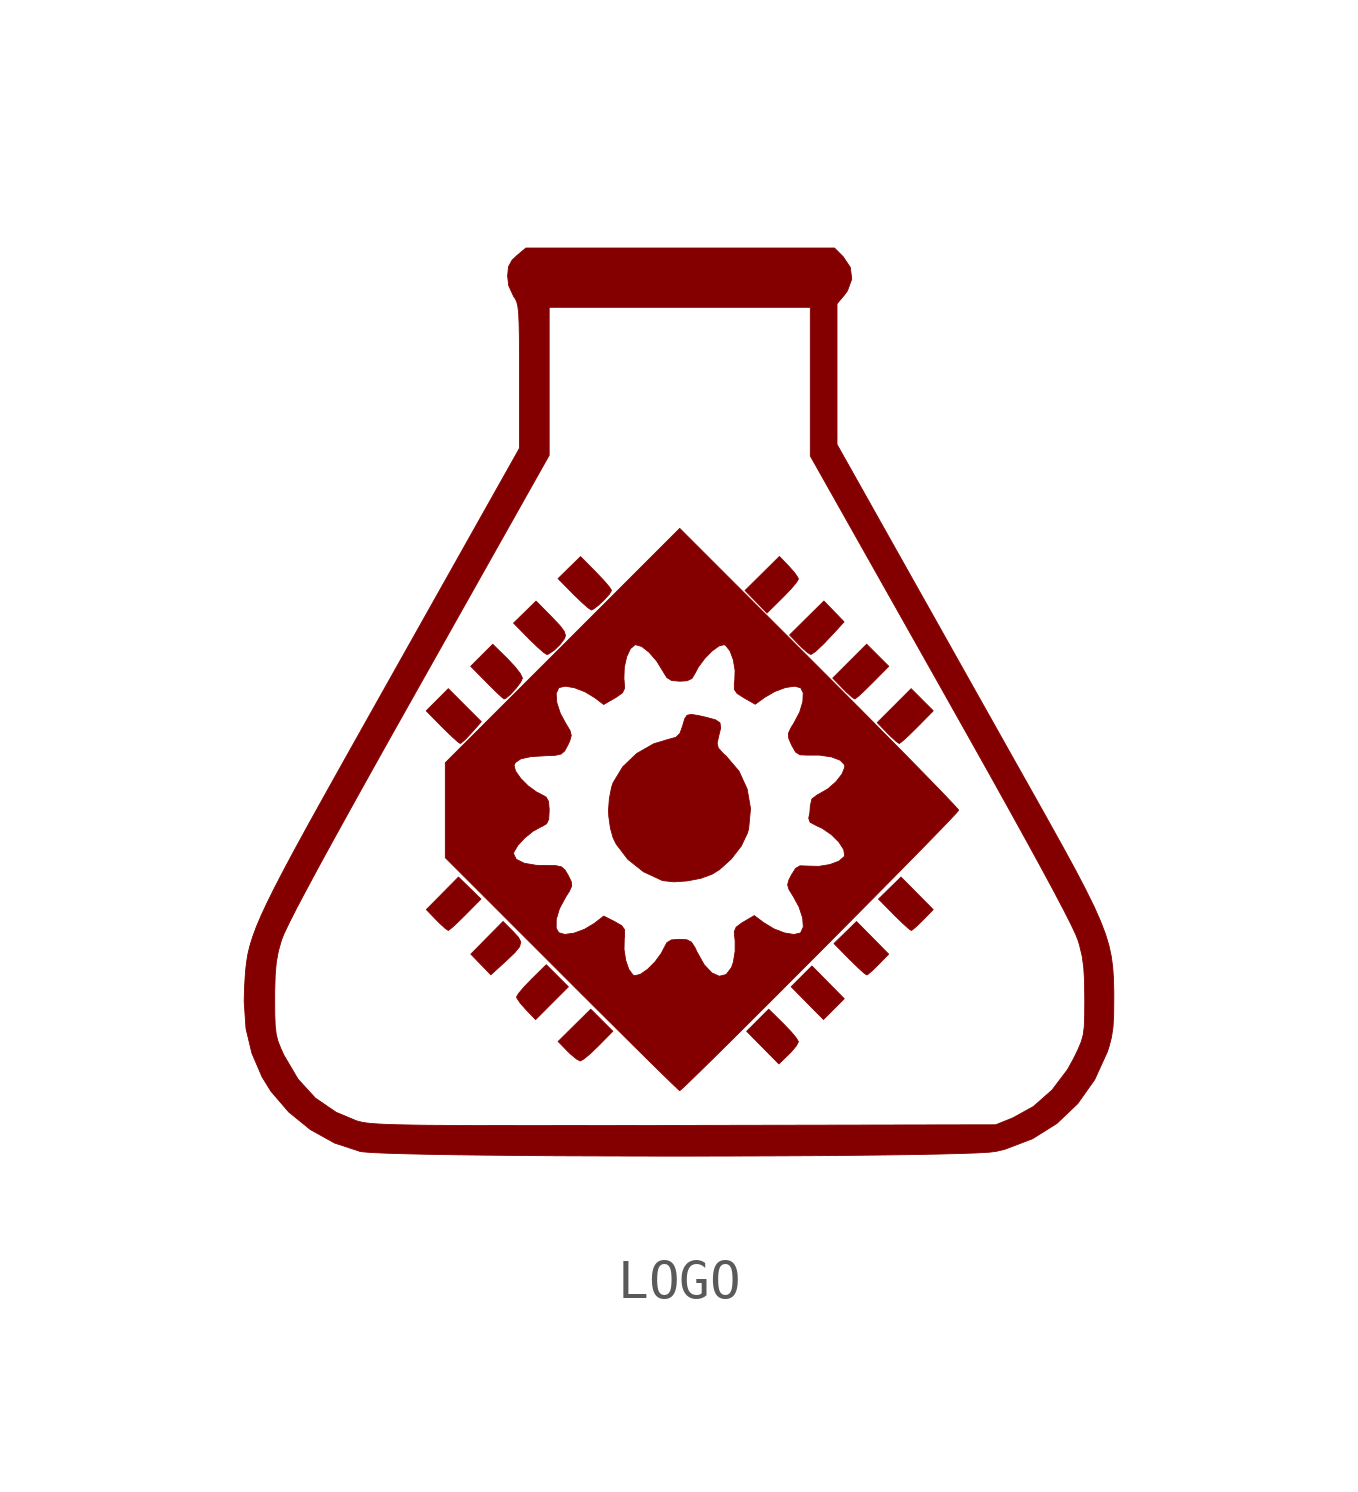
<source format=kicad_sym>
(kicad_symbol_lib
  (version 20220914)
  (generator bitmap2component)
  (symbol "LOGO"
    (pin_names
      (offset 1.016))
    (property "Reference" "#G"
      (at 0 14.395 0)
      (effects (font (size 1.27 1.27)) hide))
    (symbol "LOGO_0_0"
      (polyline (pts (xy 0.706 -10.224) (xy 1.674 -10.222) (xy 2.619 -10.218) (xy 3.528 -10.213) (xy 4.389 -10.205) (xy 5.19 -10.196) (xy 5.917 -10.186) (xy 6.558 -10.173) (xy 7.1 -10.159) (xy 7.53 -10.144) (xy 7.835 -10.126) (xy 8.003 -10.107) (xy 8.235 -10.051) (xy 8.933 -9.786) (xy 9.552 -9.398) (xy 10.08 -8.895) (xy 10.51 -8.287) (xy 10.831 -7.582) (xy 10.874 -7.45) (xy 10.936 -7.21) (xy 10.974 -6.95) (xy 10.991 -6.628) (xy 10.995 -6.2) (xy 10.994 -6.051) (xy 10.986 -5.735) (xy 10.967 -5.447) (xy 10.931 -5.171) (xy 10.871 -4.894) (xy 10.783 -4.601) (xy 10.66 -4.279) (xy 10.497 -3.911) (xy 10.287 -3.485) (xy 10.027 -2.986) (xy 9.708 -2.4) (xy 9.326 -1.712) (xy 8.875 -0.907) (xy 8.85 -0.863) (xy 8.416 -0.092) (xy 7.939 0.758) (xy 7.436 1.653) (xy 6.929 2.556) (xy 6.436 3.434) (xy 5.977 4.25) (xy 5.572 4.971) (xy 3.983 7.801) (xy 3.983 9.582) (xy 3.983 11.363) (xy 4.171 11.586) (xy 4.249 11.694) (xy 4.357 11.989) (xy 4.32 12.284) (xy 4.139 12.555) (xy 3.919 12.775) (xy 0.012 12.775) (xy -3.896 12.775) (xy -4.127 12.581) (xy -4.248 12.465) (xy -4.337 12.3) (xy -4.359 12.065) (xy -4.332 11.823) (xy -4.208 11.552) (xy -4.162 11.486) (xy -4.126 11.405) (xy -4.099 11.289) (xy -4.08 11.121) (xy -4.069 10.881) (xy -4.062 10.549) (xy -4.059 10.106) (xy -4.059 9.532) (xy -4.059 7.703) (xy -7.333 1.879) (xy -7.474 1.628) (xy -8.053 0.597) (xy -8.565 -0.316) (xy -9.012 -1.117) (xy -9.401 -1.818) (xy -9.734 -2.427) (xy -10.016 -2.954) (xy -10.252 -3.408) (xy -10.446 -3.798) (xy -10.602 -4.133) (xy -10.725 -4.423) (xy -10.819 -4.678) (xy -10.889 -4.906) (xy -10.939 -5.117) (xy -10.972 -5.32) (xy -10.995 -5.524) (xy -11.01 -5.739) (xy -11.023 -5.974) (xy -11.03 -6.237) (xy -10.258 -6.237) (xy -10.257 -6.03) (xy -10.245 -5.629) (xy -10.217 -5.314) (xy -10.167 -5.04) (xy -10.089 -4.761) (xy -10.085 -4.75) (xy -10.018 -4.584) (xy -9.893 -4.322) (xy -9.711 -3.962) (xy -9.467 -3.5) (xy -9.161 -2.93) (xy -8.79 -2.251) (xy -8.351 -1.457) (xy -7.844 -0.544) (xy -7.265 0.49) (xy -6.613 1.65) (xy -3.307 7.524) (xy -3.307 9.398) (xy -3.307 11.272) (xy 0 11.272) (xy 3.307 11.272) (xy 3.307 9.39) (xy 3.307 7.508) (xy 6.614 1.64) (xy 6.648 1.579) (xy 7.298 0.423) (xy 7.875 -0.606) (xy 8.38 -1.514) (xy 8.816 -2.303) (xy 9.184 -2.977) (xy 9.488 -3.541) (xy 9.728 -3.998) (xy 9.907 -4.351) (xy 10.027 -4.605) (xy 10.09 -4.763) (xy 10.127 -4.887) (xy 10.192 -5.157) (xy 10.232 -5.443) (xy 10.252 -5.79) (xy 10.258 -6.241) (xy 10.258 -6.287) (xy 10.256 -6.667) (xy 10.246 -6.94) (xy 10.22 -7.147) (xy 10.171 -7.325) (xy 10.092 -7.515) (xy 9.975 -7.756) (xy 9.82 -8.036) (xy 9.428 -8.553) (xy 8.959 -8.967) (xy 8.435 -9.257) (xy 8.003 -9.431) (xy 0.113 -9.447) (xy -0.572 -9.448) (xy -1.762 -9.45) (xy -2.816 -9.451) (xy -3.742 -9.452) (xy -4.549 -9.451) (xy -5.245 -9.45) (xy -5.841 -9.447) (xy -6.345 -9.444) (xy -6.764 -9.438) (xy -7.11 -9.431) (xy -7.39 -9.423) (xy -7.613 -9.412) (xy -7.789 -9.4) (xy -7.926 -9.386) (xy -8.032 -9.369) (xy -8.118 -9.35) (xy -8.191 -9.329) (xy -8.704 -9.114) (xy -9.23 -8.754) (xy -9.667 -8.276) (xy -10.022 -7.674) (xy -10.101 -7.504) (xy -10.174 -7.318) (xy -10.22 -7.137) (xy -10.245 -6.922) (xy -10.256 -6.636) (xy -10.258 -6.237) (xy -11.03 -6.237) (xy -11.032 -6.307) (xy -10.985 -6.996) (xy -10.835 -7.621) (xy -10.577 -8.221) (xy -10.355 -8.581) (xy -9.903 -9.107) (xy -9.355 -9.553) (xy -8.743 -9.893) (xy -8.096 -10.106) (xy -8.021 -10.117) (xy -7.778 -10.136) (xy -7.404 -10.152) (xy -6.912 -10.167) (xy -6.315 -10.18) (xy -5.626 -10.192) (xy -4.858 -10.201) (xy -4.023 -10.209) (xy -3.134 -10.216) (xy -2.204 -10.22) (xy -1.245 -10.223) (xy -0.271 -10.225) (xy 0.706 -10.224)) (stroke (width 0.01) (type default)) (fill (type outline)))
      (polyline (pts (xy 0.045 -8.53) (xy 0.187 -8.397) (xy 0.415 -8.176) (xy 0.719 -7.878) (xy 1.087 -7.515) (xy 1.508 -7.097) (xy 1.972 -6.634) (xy 2.469 -6.138) (xy 2.987 -5.618) (xy 3.517 -5.087) (xy 4.047 -4.554) (xy 4.566 -4.03) (xy 5.064 -3.527) (xy 5.531 -3.054) (xy 5.955 -2.623) (xy 6.325 -2.244) (xy 6.633 -1.928) (xy 6.865 -1.685) (xy 7.012 -1.528) (xy 7.064 -1.465) (xy 7.053 -1.448) (xy 6.955 -1.338) (xy 6.763 -1.134) (xy 6.486 -0.847) (xy 6.133 -0.484) (xy 5.713 -0.055) (xy 5.234 0.43) (xy 4.705 0.965) (xy 4.135 1.538) (xy 3.532 2.142) (xy 0.000100 5.673) (xy -2.968 2.705) (xy -5.937 -0.262) (xy -5.937 -1.465) (xy -5.937 -2.572) (xy -4.208 -2.572) (xy -4.199 -2.522) (xy -4.101 -2.356) (xy -3.928 -2.168) (xy -3.719 -1.998) (xy -3.513 -1.885) (xy -3.491 -1.877) (xy -3.371 -1.806) (xy -3.318 -1.69) (xy -3.307 -1.476) (xy -3.307 -1.438) (xy -3.323 -1.241) (xy -3.386 -1.131) (xy -3.522 -1.056) (xy -3.631 -1.001) (xy -3.842 -0.846) (xy -4.029 -0.658) (xy -4.159 -0.473) (xy -4.196 -0.331) (xy -4.165 -0.258) (xy -4.026 -0.163) (xy -3.768 -0.106) (xy -3.377 -0.083) (xy -3.154 -0.074) (xy -3.005 -0.042) (xy -2.914 0.038) (xy -2.832 0.19) (xy -2.785 0.292) (xy -2.747 0.429) (xy -2.779 0.554) (xy -2.888 0.735) (xy -3.025 0.989) (xy -3.114 1.263) (xy -3.13 1.492) (xy -3.063 1.637) (xy -3.056 1.642) (xy -2.896 1.677) (xy -2.662 1.637) (xy -2.397 1.534) (xy -2.146 1.381) (xy -1.926 1.214) (xy -1.648 1.374) (xy -1.602 1.401) (xy -1.451 1.509) (xy -1.397 1.623) (xy -1.407 1.801) (xy -1.414 1.871) (xy -1.404 2.154) (xy -1.345 2.42) (xy -1.25 2.625) (xy -1.133 2.726) (xy -1.119 2.728) (xy -0.964 2.684) (xy -0.776 2.536) (xy -0.584 2.315) (xy -0.42 2.048) (xy -0.326 1.895) (xy -0.203 1.82) (xy 0.004 1.804) (xy 0.184 1.814) (xy 0.309 1.873) (xy 0.391 2.01) (xy 0.471 2.161) (xy 0.632 2.378) (xy 0.817 2.567) (xy 0.993 2.695) (xy 1.124 2.728) (xy 1.164 2.709) (xy 1.274 2.57) (xy 1.358 2.344) (xy 1.402 2.076) (xy 1.394 1.815) (xy 1.383 1.746) (xy 1.383 1.595) (xy 1.455 1.492) (xy 1.631 1.38) (xy 1.912 1.22) (xy 2.14 1.386) (xy 2.151 1.394) (xy 2.411 1.544) (xy 2.678 1.643) (xy 2.91 1.677) (xy 3.064 1.637) (xy 3.127 1.511) (xy 3.119 1.289) (xy 3.038 1.018) (xy 2.888 0.735) (xy 2.818 0.624) (xy 2.752 0.483) (xy 2.76 0.359) (xy 2.834 0.185) (xy 2.835 0.184) (xy 2.935 0.009) (xy 3.047 -0.062) (xy 3.229 -0.068) (xy 3.533 -0.068) (xy 3.84 -0.113) (xy 4.065 -0.198) (xy 4.175 -0.314) (xy 4.18 -0.373) (xy 4.112 -0.546) (xy 3.959 -0.742) (xy 3.752 -0.924) (xy 3.522 -1.056) (xy 3.493 -1.069) (xy 3.347 -1.18) (xy 3.307 -1.356) (xy 3.297 -1.519) (xy 3.267 -1.669) (xy 3.267 -1.669) (xy 3.302 -1.769) (xy 3.477 -1.862) (xy 3.612 -1.924) (xy 3.84 -2.081) (xy 4.032 -2.271) (xy 4.154 -2.461) (xy 4.176 -2.614) (xy 4.165 -2.638) (xy 4.034 -2.753) (xy 3.805 -2.84) (xy 3.523 -2.886) (xy 3.231 -2.879) (xy 3.224 -2.878) (xy 3.047 -2.872) (xy 2.936 -2.936) (xy 2.83 -3.104) (xy 2.766 -3.228) (xy 2.732 -3.352) (xy 2.768 -3.472) (xy 2.881 -3.655) (xy 3.022 -3.915) (xy 3.114 -4.192) (xy 3.13 -4.422) (xy 3.063 -4.568) (xy 3.055 -4.574) (xy 2.892 -4.611) (xy 2.653 -4.572) (xy 2.384 -4.469) (xy 2.128 -4.313) (xy 1.888 -4.133) (xy 1.621 -4.29) (xy 1.574 -4.318) (xy 1.429 -4.426) (xy 1.381 -4.541) (xy 1.398 -4.726) (xy 1.403 -4.764) (xy 1.403 -5.038) (xy 1.359 -5.311) (xy 1.31 -5.451) (xy 1.175 -5.626) (xy 1.005 -5.669) (xy 0.815 -5.586) (xy 0.62 -5.379) (xy 0.437 -5.054) (xy 0.39 -4.951) (xy 0.297 -4.806) (xy 0.183 -4.746) (xy -0.007 -4.734) (xy -0.008 -4.734) (xy -0.211 -4.749) (xy -0.325 -4.819) (xy -0.411 -4.979) (xy -0.468 -5.09) (xy -0.626 -5.306) (xy -0.816 -5.495) (xy -1.001 -5.623) (xy -1.145 -5.656) (xy -1.189 -5.633) (xy -1.291 -5.492) (xy -1.369 -5.262) (xy -1.411 -4.988) (xy -1.405 -4.715) (xy -1.397 -4.65) (xy -1.397 -4.49) (xy -1.47 -4.389) (xy -1.646 -4.287) (xy -1.925 -4.145) (xy -2.147 -4.318) (xy -2.162 -4.33) (xy -2.412 -4.48) (xy -2.675 -4.577) (xy -2.908 -4.61) (xy -3.065 -4.566) (xy -3.13 -4.449) (xy -3.128 -4.229) (xy -3.046 -3.955) (xy -2.889 -3.663) (xy -2.794 -3.514) (xy -2.736 -3.383) (xy -2.749 -3.269) (xy -2.827 -3.111) (xy -2.904 -2.981) (xy -2.996 -2.899) (xy -3.137 -2.868) (xy -3.379 -2.866) (xy -3.631 -2.86) (xy -3.939 -2.807) (xy -4.138 -2.709) (xy -4.208 -2.572) (xy -5.937 -2.572) (xy -5.937 -2.667) (xy -2.987 -5.617) (xy -2.627 -5.978) (xy -2.097 -6.506) (xy -1.605 -6.995) (xy -1.161 -7.436) (xy -0.775 -7.817) (xy -0.456 -8.131) (xy -0.214 -8.367) (xy -0.059 -8.515) (xy -0.001 -8.567) (xy 0.045 -8.53)) (stroke (width 0.01) (type default)) (fill (type outline)))
      (polyline (pts (xy 2.759 -7.65) (xy 2.83 -7.578) (xy 2.956 -7.426) (xy 3.006 -7.328) (xy 3.006 -7.326) (xy 2.951 -7.232) (xy 2.817 -7.071) (xy 2.629 -6.875) (xy 2.253 -6.504) (xy 1.974 -6.784) (xy 1.695 -7.063) (xy 2.103 -7.476) (xy 2.511 -7.89) (xy 2.759 -7.65)) (stroke (width 0.01) (type default)) (fill (type outline)))
      (polyline (pts (xy -2.517 -7.815) (xy -2.423 -7.761) (xy -2.261 -7.626) (xy -2.066 -7.439) (xy -1.695 -7.062) (xy -1.974 -6.783) (xy -2.253 -6.504) (xy -2.667 -6.912) (xy -3.08 -7.321) (xy -2.84 -7.568) (xy -2.768 -7.639) (xy -2.616 -7.765) (xy -2.519 -7.815) (xy -2.517 -7.815)) (stroke (width 0.01) (type default)) (fill (type outline)))
      (polyline (pts (xy -3.235 -6.352) (xy -2.82 -5.937) (xy -3.1 -5.657) (xy -3.38 -5.377) (xy -3.757 -5.748) (xy -3.766 -5.758) (xy -3.951 -5.951) (xy -4.083 -6.107) (xy -4.133 -6.193) (xy -4.122 -6.226) (xy -4.036 -6.353) (xy -3.891 -6.517) (xy -3.65 -6.767) (xy -3.235 -6.352)) (stroke (width 0.01) (type default)) (fill (type outline)))
      (polyline (pts (xy 3.904 -6.502) (xy 4.167 -6.239) (xy 3.757 -5.824) (xy 3.348 -5.409) (xy 3.085 -5.672) (xy 2.822 -5.935) (xy 3.231 -6.35) (xy 3.641 -6.765) (xy 3.904 -6.502)) (stroke (width 0.01) (type default)) (fill (type outline)))
      (polyline (pts (xy -4.44 -5.319) (xy -4.406 -5.288) (xy -4.178 -5.072) (xy -4.055 -4.92) (xy -4.026 -4.801) (xy -4.084 -4.684) (xy -4.22 -4.537) (xy -4.475 -4.282) (xy -4.883 -4.695) (xy -5.291 -5.109) (xy -5.038 -5.37) (xy -4.784 -5.632) (xy -4.44 -5.319)) (stroke (width 0.01) (type default)) (fill (type outline)))
      (polyline (pts (xy 4.766 -5.621) (xy 4.879 -5.526) (xy 5.036 -5.372) (xy 5.291 -5.109) (xy 4.884 -4.696) (xy 4.477 -4.284) (xy 4.192 -4.563) (xy 3.906 -4.841) (xy 4.299 -5.239) (xy 4.33 -5.269) (xy 4.52 -5.455) (xy 4.665 -5.587) (xy 4.736 -5.636) (xy 4.766 -5.621)) (stroke (width 0.01) (type default)) (fill (type outline)))
      (polyline (pts (xy -5.858 -4.508) (xy -5.775 -4.444) (xy -5.621 -4.303) (xy -5.426 -4.111) (xy -5.034 -3.714) (xy -5.319 -3.435) (xy -5.604 -3.157) (xy -6.011 -3.569) (xy -6.418 -3.981) (xy -6.163 -4.245) (xy -6.074 -4.334) (xy -5.936 -4.46) (xy -5.863 -4.509) (xy -5.858 -4.508)) (stroke (width 0.01) (type default)) (fill (type outline)))
      (polyline (pts (xy 5.893 -4.494) (xy 6.006 -4.398) (xy 6.163 -4.245) (xy 6.419 -3.981) (xy 6.011 -3.569) (xy 5.604 -3.157) (xy 5.319 -3.435) (xy 5.034 -3.714) (xy 5.426 -4.111) (xy 5.457 -4.142) (xy 5.647 -4.328) (xy 5.793 -4.459) (xy 5.863 -4.509) (xy 5.893 -4.494)) (stroke (width 0.01) (type default)) (fill (type outline)))
      (polyline (pts (xy -5.529 0.242) (xy -5.419 0.341) (xy -5.269 0.501) (xy -5.025 0.777) (xy -5.443 1.195) (xy -5.861 1.614) (xy -6.141 1.333) (xy -6.421 1.053) (xy -6.013 0.639) (xy -5.968 0.595) (xy -5.775 0.407) (xy -5.629 0.275) (xy -5.559 0.225) (xy -5.529 0.242)) (stroke (width 0.01) (type default)) (fill (type outline)))
      (polyline (pts (xy 5.567 0.228) (xy 5.655 0.297) (xy 5.814 0.443) (xy 6.013 0.639) (xy 6.421 1.053) (xy 6.141 1.333) (xy 5.861 1.614) (xy 5.432 1.184) (xy 5.002 0.755) (xy 5.259 0.49) (xy 5.348 0.401) (xy 5.486 0.275) (xy 5.559 0.225) (xy 5.567 0.228)) (stroke (width 0.01) (type default)) (fill (type outline)))
      (polyline (pts (xy -4.404 1.371) (xy -4.284 1.473) (xy -4.145 1.625) (xy -4.03 1.777) (xy -3.983 1.881) (xy -3.983 1.883) (xy -4.036 1.993) (xy -4.171 2.167) (xy -4.359 2.368) (xy -4.736 2.739) (xy -5.015 2.46) (xy -5.294 2.181) (xy -4.885 1.767) (xy -4.839 1.72) (xy -4.65 1.533) (xy -4.511 1.402) (xy -4.448 1.353) (xy -4.404 1.371)) (stroke (width 0.01) (type default)) (fill (type outline)))
      (polyline (pts (xy 4.439 1.355) (xy 4.528 1.425) (xy 4.686 1.571) (xy 4.885 1.767) (xy 5.294 2.181) (xy 5.014 2.461) (xy 4.734 2.741) (xy 4.304 2.311) (xy 3.875 1.882) (xy 4.132 1.617) (xy 4.221 1.528) (xy 4.359 1.402) (xy 4.432 1.353) (xy 4.439 1.355)) (stroke (width 0.01) (type default)) (fill (type outline)))
      (polyline (pts (xy -3.318 2.494) (xy -3.179 2.589) (xy -3.029 2.735) (xy -2.918 2.883) (xy -2.894 2.961) (xy -2.925 3.065) (xy -3.034 3.211) (xy -3.24 3.428) (xy -3.639 3.832) (xy -3.924 3.553) (xy -4.209 3.275) (xy -3.817 2.877) (xy -3.788 2.848) (xy -3.594 2.661) (xy -3.444 2.53) (xy -3.366 2.48) (xy -3.318 2.494)) (stroke (width 0.01) (type default)) (fill (type outline)))
      (polyline (pts (xy 3.325 2.481) (xy 3.44 2.556) (xy 3.646 2.75) (xy 3.941 3.064) (xy 4.162 3.307) (xy 3.906 3.571) (xy 3.651 3.834) (xy 3.216 3.404) (xy 2.782 2.974) (xy 3.021 2.727) (xy 3.094 2.655) (xy 3.236 2.529) (xy 3.317 2.48) (xy 3.325 2.481)) (stroke (width 0.01) (type default)) (fill (type outline)))
      (polyline (pts (xy 2.608 3.923) (xy 2.636 3.951) (xy 2.824 4.148) (xy 2.956 4.305) (xy 3.006 4.39) (xy 2.995 4.423) (xy 2.909 4.549) (xy 2.765 4.713) (xy 2.524 4.962) (xy 2.089 4.531) (xy 1.654 4.101) (xy 1.933 3.816) (xy 2.211 3.531) (xy 2.608 3.923)) (stroke (width 0.01) (type default)) (fill (type outline)))
      (polyline (pts (xy -2.185 3.63) (xy -2.054 3.731) (xy -1.904 3.873) (xy -1.78 4.011) (xy -1.728 4.101) (xy -1.729 4.107) (xy -1.791 4.2) (xy -1.93 4.362) (xy -2.12 4.562) (xy -2.512 4.959) (xy -2.797 4.681) (xy -3.082 4.402) (xy -2.69 4.005) (xy -2.66 3.975) (xy -2.467 3.789) (xy -2.316 3.657) (xy -2.237 3.607) (xy -2.185 3.63)) (stroke (width 0.01) (type default)) (fill (type outline)))
      (polyline (pts (xy 0.191 -3.255) (xy 0.537 -3.188) (xy 0.824 -3.082) (xy 1.004 -2.97) (xy 1.307 -2.697) (xy 1.56 -2.369) (xy 1.716 -2.04) (xy 1.746 -1.929) (xy 1.793 -1.424) (xy 1.708 -0.929) (xy 1.501 -0.476) (xy 1.18 -0.099) (xy 1.092 -0.019) (xy 0.977 0.11) (xy 0.947 0.228) (xy 0.981 0.389) (xy 1.036 0.615) (xy 1.02 0.748) (xy 0.906 0.825) (xy 0.671 0.889) (xy 0.477 0.933) (xy 0.289 0.963) (xy 0.184 0.94) (xy 0.126 0.85) (xy 0.076 0.679) (xy 0.006 0.482) (xy -0.096 0.383) (xy -0.284 0.331) (xy -0.654 0.221) (xy -1.086 -0.025) (xy -1.442 -0.364) (xy -1.687 -0.768) (xy -1.726 -0.884) (xy -1.782 -1.169) (xy -1.804 -1.465) (xy -1.797 -1.619) (xy -1.755 -1.921) (xy -1.687 -2.163) (xy -1.608 -2.323) (xy -1.315 -2.707) (xy -0.919 -3.022) (xy -0.451 -3.24) (xy -0.425 -3.248) (xy -0.15 -3.278) (xy 0.191 -3.255)) (stroke (width 0.01) (type default)) (fill (type outline))))))
</source>
